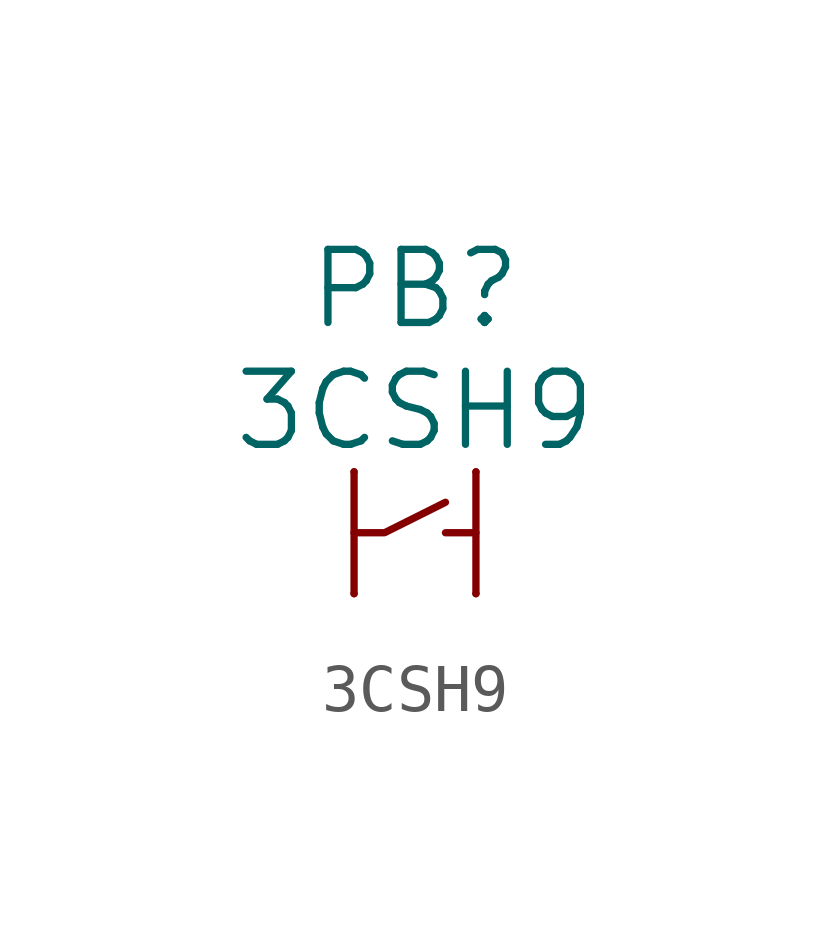
<source format=kicad_sym>
(kicad_symbol_lib
  (version 20220914)
  (generator kicad_symbol_editor)
  (symbol "3CSH9"
    (pin_numbers hide)
    (pin_names
      (offset 1.016) hide)
    (property "Reference" "PB"
      (at 0 5.08 0)
      (effects (font (size 1.524 1.524))))
    (property "Value" "3CSH9"
      (at 0 2.54 0)
      (effects (font (size 1.524 1.524))))
    (property "Datasheet" ""
      (at -1.27 3.175 0)
      (effects (font (size 1.524 1.524))))
    (symbol "3CSH9_0_1"
      (polyline (pts (xy -1.27 1.27) (xy -1.27 -1.27)) (stroke (width 0) (type solid)) (fill (type none)))
      (polyline (pts (xy 0.635 0) (xy 1.27 0)) (stroke (width 0) (type solid)) (fill (type none)))
      (polyline (pts (xy 1.27 1.27) (xy 1.27 -1.27)) (stroke (width 0) (type solid)) (fill (type none)))
      (polyline (pts (xy -1.27 0) (xy -0.635 0) (xy 0.635 0.635)) (stroke (width 0) (type solid)) (fill (type none))))
    (symbol "3CSH9_1_1"
      (pin passive line (at -1.27 1.27 0) (length 0) (name "1" (effects (font (size 1.27 1.27)))) (number "1" (effects (font (size 1.27 1.27)))))
      (pin passive line (at -1.27 -1.27 0) (length 0) (name "2" (effects (font (size 1.27 1.27)))) (number "2" (effects (font (size 1.27 1.27)))))
      (pin passive line (at 1.27 1.27 180) (length 0) (name "3" (effects (font (size 1.27 1.27)))) (number "3" (effects (font (size 1.27 1.27)))))
      (pin passive line (at 1.27 -1.27 180) (length 0) (name "4" (effects (font (size 1.27 1.27)))) (number "4" (effects (font (size 1.27 1.27))))))))
</source>
